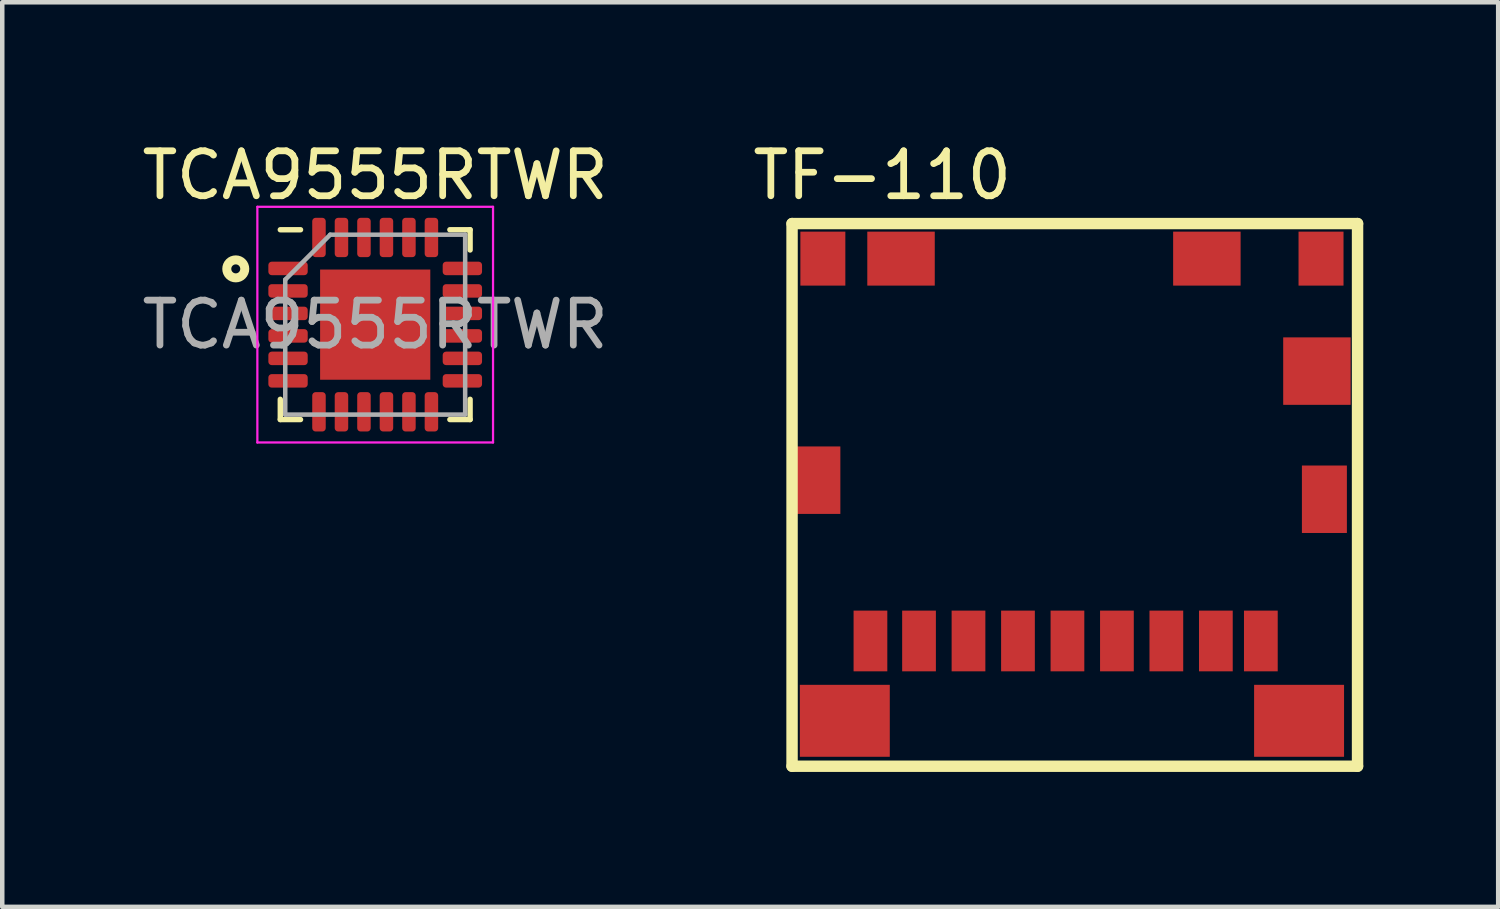
<source format=kicad_pcb>
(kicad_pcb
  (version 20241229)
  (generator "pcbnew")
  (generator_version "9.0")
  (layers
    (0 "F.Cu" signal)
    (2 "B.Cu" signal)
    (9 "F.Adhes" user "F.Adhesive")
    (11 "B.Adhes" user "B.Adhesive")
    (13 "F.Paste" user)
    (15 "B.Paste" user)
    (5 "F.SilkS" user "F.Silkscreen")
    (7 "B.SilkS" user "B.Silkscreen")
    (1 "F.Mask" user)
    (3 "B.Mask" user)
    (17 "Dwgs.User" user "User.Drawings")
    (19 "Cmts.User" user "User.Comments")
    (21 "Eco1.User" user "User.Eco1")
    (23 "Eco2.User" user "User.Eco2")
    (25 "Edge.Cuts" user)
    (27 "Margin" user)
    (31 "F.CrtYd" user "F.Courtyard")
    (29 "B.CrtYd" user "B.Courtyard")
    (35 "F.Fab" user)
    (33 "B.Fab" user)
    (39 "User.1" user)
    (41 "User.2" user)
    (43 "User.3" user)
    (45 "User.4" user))
  (footprint "TCA9555RTWR"
    (layer "F.Cu")
    (at 5.292 4.168)
    (property "Reference" "TCA9555RTWR" (at 0 -3.32 0) (layer "F.SilkS") (effects (font (size 1 1) (thickness 0.15))))
    (attr smd)
    (fp_line (start -2.11 2.11) (end -2.11 1.66) (stroke (width 0.12) (type solid)) (layer "F.SilkS"))
    (fp_line (start -1.66 -2.11) (end -2.11 -2.11) (stroke (width 0.12) (type solid)) (layer "F.SilkS"))
    (fp_line (start -1.66 2.11) (end -2.11 2.11) (stroke (width 0.12) (type solid)) (layer "F.SilkS"))
    (fp_line (start 1.66 -2.11) (end 2.11 -2.11) (stroke (width 0.12) (type solid)) (layer "F.SilkS"))
    (fp_line (start 1.66 2.11) (end 2.11 2.11) (stroke (width 0.12) (type solid)) (layer "F.SilkS"))
    (fp_line (start 2.11 -2.11) (end 2.11 -1.66) (stroke (width 0.12) (type solid)) (layer "F.SilkS"))
    (fp_line (start 2.11 2.11) (end 2.11 1.66) (stroke (width 0.12) (type solid)) (layer "F.SilkS"))
    (fp_circle (center -3.1 -1.24) (end -2.9 -1.24) (stroke (width 0.2) (type solid)) (fill no) (layer "F.SilkS"))
    (fp_line (start -2.62 -2.62) (end -2.62 2.62) (stroke (width 0.05) (type solid)) (layer "F.CrtYd"))
    (fp_line (start -2.62 2.62) (end 2.62 2.62) (stroke (width 0.05) (type solid)) (layer "F.CrtYd"))
    (fp_line (start 2.62 -2.62) (end -2.62 -2.62) (stroke (width 0.05) (type solid)) (layer "F.CrtYd"))
    (fp_line (start 2.62 2.62) (end 2.62 -2.62) (stroke (width 0.05) (type solid)) (layer "F.CrtYd"))
    (fp_line (start -2 -1) (end -1 -2) (stroke (width 0.1) (type solid)) (layer "F.Fab"))
    (fp_line (start -2 2) (end -2 -1) (stroke (width 0.1) (type solid)) (layer "F.Fab"))
    (fp_line (start -1 -2) (end 2 -2) (stroke (width 0.1) (type solid)) (layer "F.Fab"))
    (fp_line (start 2 -2) (end 2 2) (stroke (width 0.1) (type solid)) (layer "F.Fab"))
    (fp_line (start 2 2) (end -2 2) (stroke (width 0.1) (type solid)) (layer "F.Fab"))
    (fp_text user "${REFERENCE}" (at 0 0 0) (layer "F.Fab") (effects (font (size 1 1) (thickness 0.15))))
    (pad "" smd roundrect (at -0.61 -0.61) (size 0.99 0.99) (layers "F.Paste") (roundrect_rratio 0.25))
    (pad "" smd roundrect (at -0.61 0.61) (size 0.99 0.99) (layers "F.Paste") (roundrect_rratio 0.25))
    (pad "" smd roundrect (at 0.61 -0.61) (size 0.99 0.99) (layers "F.Paste") (roundrect_rratio 0.25))
    (pad "" smd roundrect (at 0.61 0.61) (size 0.99 0.99) (layers "F.Paste") (roundrect_rratio 0.25))
    (pad "1" smd roundrect (at -1.938 -1.25) (size 0.875 0.3) (layers "F.Cu" "F.Mask" "F.Paste") (roundrect_rratio 0.25))
    (pad "2" smd roundrect (at -1.938 -0.75) (size 0.875 0.3) (layers "F.Cu" "F.Mask" "F.Paste") (roundrect_rratio 0.25))
    (pad "3" smd roundrect (at -1.938 -0.25) (size 0.875 0.3) (layers "F.Cu" "F.Mask" "F.Paste") (roundrect_rratio 0.25))
    (pad "4" smd roundrect (at -1.938 0.25) (size 0.875 0.3) (layers "F.Cu" "F.Mask" "F.Paste") (roundrect_rratio 0.25))
    (pad "5" smd roundrect (at -1.938 0.75) (size 0.875 0.3) (layers "F.Cu" "F.Mask" "F.Paste") (roundrect_rratio 0.25))
    (pad "6" smd roundrect (at -1.938 1.25) (size 0.875 0.3) (layers "F.Cu" "F.Mask" "F.Paste") (roundrect_rratio 0.25))
    (pad "7" smd roundrect (at -1.25 1.938) (size 0.3 0.875) (layers "F.Cu" "F.Mask" "F.Paste") (roundrect_rratio 0.25))
    (pad "8" smd roundrect (at -0.75 1.938) (size 0.3 0.875) (layers "F.Cu" "F.Mask" "F.Paste") (roundrect_rratio 0.25))
    (pad "9" smd roundrect (at -0.25 1.938) (size 0.3 0.875) (layers "F.Cu" "F.Mask" "F.Paste") (roundrect_rratio 0.25))
    (pad "10" smd roundrect (at 0.25 1.938) (size 0.3 0.875) (layers "F.Cu" "F.Mask" "F.Paste") (roundrect_rratio 0.25))
    (pad "11" smd roundrect (at 0.75 1.938) (size 0.3 0.875) (layers "F.Cu" "F.Mask" "F.Paste") (roundrect_rratio 0.25))
    (pad "12" smd roundrect (at 1.25 1.938) (size 0.3 0.875) (layers "F.Cu" "F.Mask" "F.Paste") (roundrect_rratio 0.25))
    (pad "13" smd roundrect (at 1.938 1.25) (size 0.875 0.3) (layers "F.Cu" "F.Mask" "F.Paste") (roundrect_rratio 0.25))
    (pad "14" smd roundrect (at 1.938 0.75) (size 0.875 0.3) (layers "F.Cu" "F.Mask" "F.Paste") (roundrect_rratio 0.25))
    (pad "15" smd roundrect (at 1.938 0.25) (size 0.875 0.3) (layers "F.Cu" "F.Mask" "F.Paste") (roundrect_rratio 0.25))
    (pad "16" smd roundrect (at 1.938 -0.25) (size 0.875 0.3) (layers "F.Cu" "F.Mask" "F.Paste") (roundrect_rratio 0.25))
    (pad "17" smd roundrect (at 1.938 -0.75) (size 0.875 0.3) (layers "F.Cu" "F.Mask" "F.Paste") (roundrect_rratio 0.25))
    (pad "18" smd roundrect (at 1.938 -1.25) (size 0.875 0.3) (layers "F.Cu" "F.Mask" "F.Paste") (roundrect_rratio 0.25))
    (pad "19" smd roundrect (at 1.25 -1.938) (size 0.3 0.875) (layers "F.Cu" "F.Mask" "F.Paste") (roundrect_rratio 0.25))
    (pad "20" smd roundrect (at 0.75 -1.938) (size 0.3 0.875) (layers "F.Cu" "F.Mask" "F.Paste") (roundrect_rratio 0.25))
    (pad "21" smd roundrect (at 0.25 -1.938) (size 0.3 0.875) (layers "F.Cu" "F.Mask" "F.Paste") (roundrect_rratio 0.25))
    (pad "22" smd roundrect (at -0.25 -1.938) (size 0.3 0.875) (layers "F.Cu" "F.Mask" "F.Paste") (roundrect_rratio 0.25))
    (pad "23" smd roundrect (at -0.75 -1.938) (size 0.3 0.875) (layers "F.Cu" "F.Mask" "F.Paste") (roundrect_rratio 0.25))
    (pad "24" smd roundrect (at -1.25 -1.938) (size 0.3 0.875) (layers "F.Cu" "F.Mask" "F.Paste") (roundrect_rratio 0.25))
    (pad "25" smd rect (at 0 0) (size 2.45 2.45) (layers "F.Cu" "F.Mask")))
  (footprint "TF-110"
    (layer "F.Cu")
    (at 20.765 7.838)
    (property "Reference" "TF-110" (at -4.2 -6.99 0) (layer "F.SilkS") (effects (font (size 1 1) (thickness 0.15))))
    (attr through_hole)
    (fp_line (start -6.205 -5.917) (end -6.205 6.148) (stroke (width 0.254) (type solid)) (layer "F.SilkS"))
    (fp_line (start -6.205 -5.917) (end 6.368 -5.917) (stroke (width 0.254) (type solid)) (layer "F.SilkS"))
    (fp_line (start -6.205 6.148) (end 6.368 6.148) (stroke (width 0.254) (type solid)) (layer "F.SilkS"))
    (fp_line (start 6.368 -5.917) (end 6.368 6.148) (stroke (width 0.254) (type solid)) (layer "F.SilkS"))
    (pad "1" smd rect (at 3.218 3.363) (size 0.75 1.35) (layers "F.Cu" "F.Mask" "F.Paste"))
    (pad "2" smd rect (at 2.117 3.363 180) (size 0.75 1.35) (layers "F.Cu" "F.Mask" "F.Paste"))
    (pad "3" smd rect (at 1.018 3.363) (size 0.75 1.35) (layers "F.Cu" "F.Mask" "F.Paste"))
    (pad "4" smd rect (at -0.082 3.363) (size 0.75 1.35) (layers "F.Cu" "F.Mask" "F.Paste"))
    (pad "5" smd rect (at -1.182 3.363) (size 0.75 1.35) (layers "F.Cu" "F.Mask" "F.Paste"))
    (pad "6" smd rect (at -2.282 3.363) (size 0.75 1.35) (layers "F.Cu" "F.Mask" "F.Paste"))
    (pad "7" smd rect (at -3.382 3.363) (size 0.75 1.35) (layers "F.Cu" "F.Mask" "F.Paste"))
    (pad "8" smd rect (at -4.462 3.363) (size 0.75 1.35) (layers "F.Cu" "F.Mask" "F.Paste"))
    (pad "9" smd rect (at 4.218 3.363) (size 0.75 1.35) (layers "F.Cu" "F.Mask" "F.Paste"))
    (pad "10" smd rect (at 5.465 -2.637) (size 1.5 1.5) (layers "F.Cu" "F.Mask" "F.Paste"))
    (pad "11" smd rect (at 5.556 -5.138) (size 1 1.2) (layers "F.Cu" "F.Mask" "F.Paste"))
    (pad "12" smd rect (at 3.018 -5.138) (size 1.5 1.2) (layers "F.Cu" "F.Mask" "F.Paste"))
    (pad "13" smd rect (at -3.782 -5.138) (size 1.5 1.2) (layers "F.Cu" "F.Mask" "F.Paste"))
    (pad "14" smd rect (at -5.52 -5.138) (size 1 1.2) (layers "F.Cu" "F.Mask" "F.Paste"))
    (pad "15" smd rect (at -5.631 -0.212) (size 1 1.5) (layers "F.Cu" "F.Mask" "F.Paste"))
    (pad "16" smd rect (at -5.032 5.138) (size 2 1.6) (layers "F.Cu" "F.Mask" "F.Paste"))
    (pad "17" smd rect (at 5.068 5.138) (size 2 1.6) (layers "F.Cu" "F.Mask" "F.Paste"))
    (pad "18" smd rect (at 5.631 0.212) (size 1 1.5) (layers "F.Cu" "F.Mask" "F.Paste")))
  (gr_rect
    (start -3 -3)
    (end 30.26 17.113)
    (stroke (width 0.1) (type default))
    (fill no)
    (layer "Edge.Cuts")))
</source>
